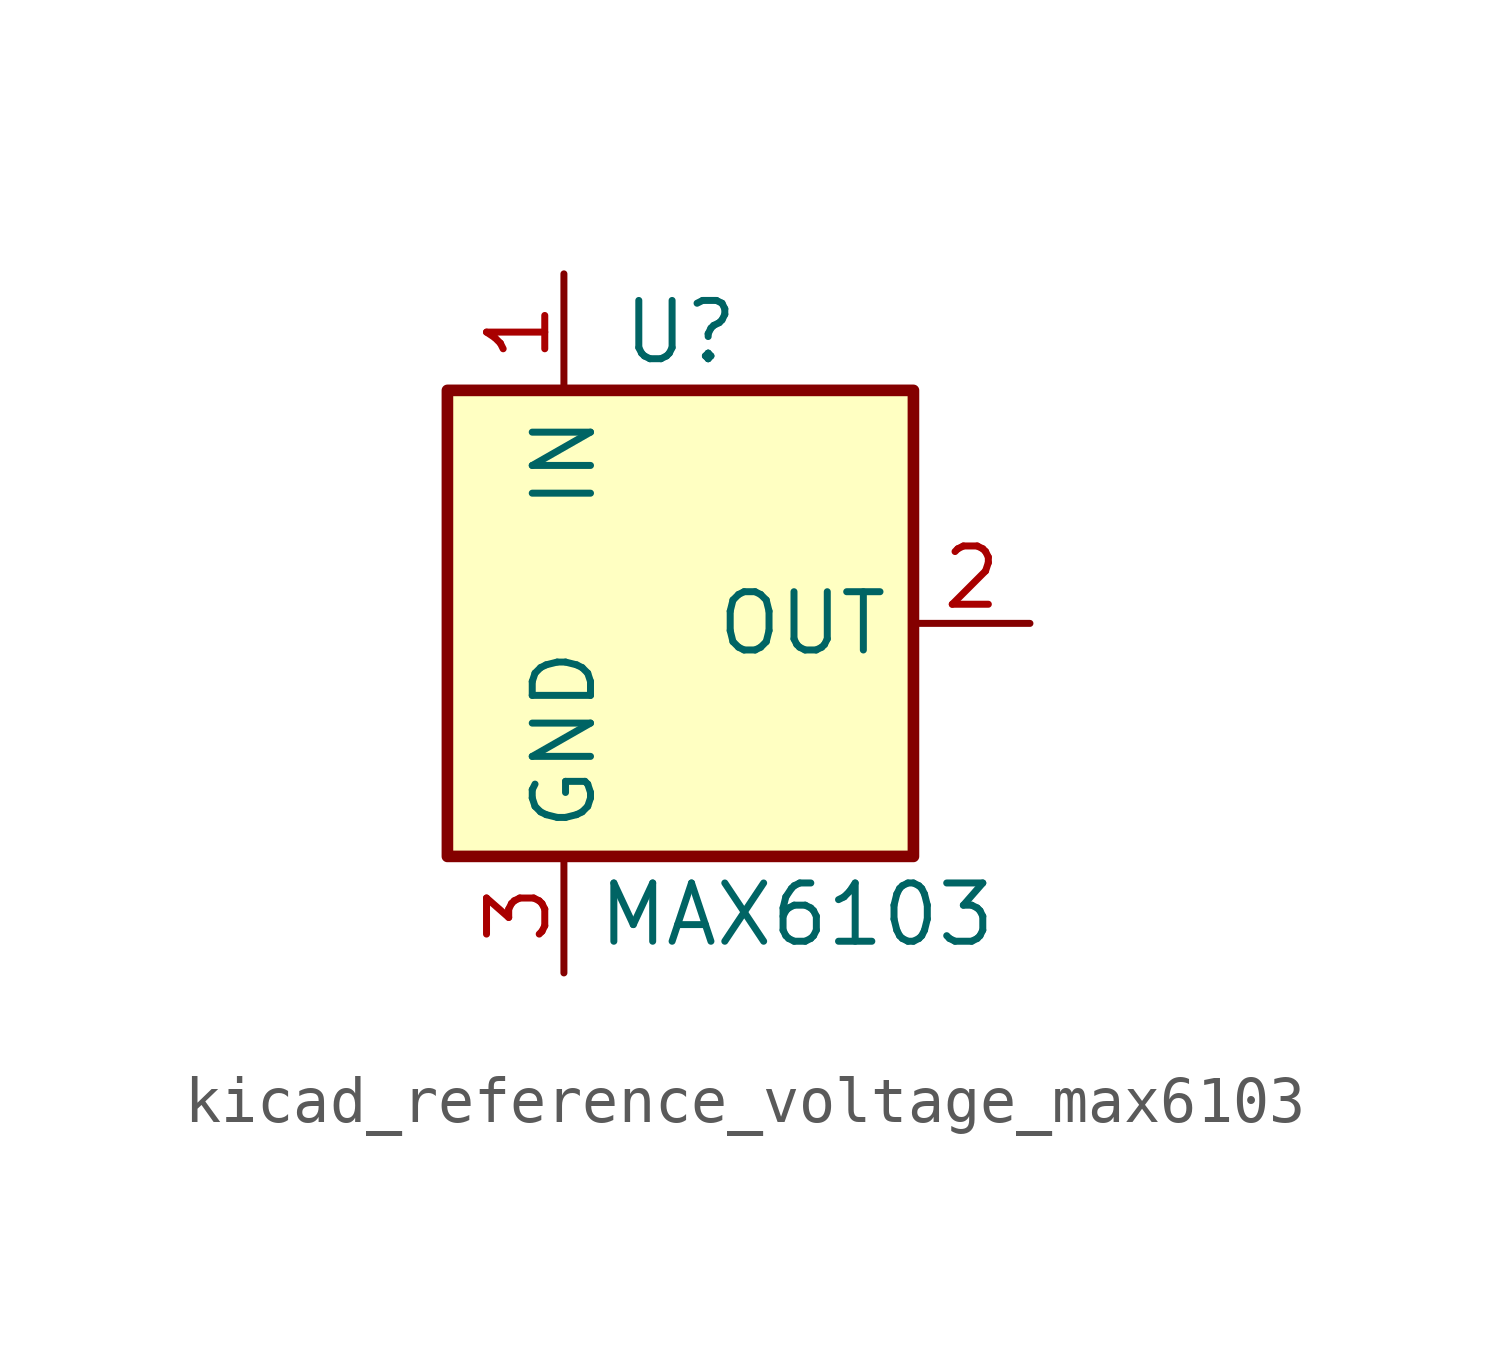
<source format=kicad_sym>
(kicad_symbol_lib
  (version 20220914)
  (generator kicad_symbol_editor)
  (symbol "kicad_reference_voltage_max6103"
    (property "Reference" "U"
      (at 0 6.35 0)
      (effects (font (size 1.27 1.27))))
    (property "Value" "MAX6103"
      (at 2.54 -6.35 0)
      (effects (font (size 1.27 1.27))))
    (symbol "kicad_reference_voltage_max6103_0_1"
      (rectangle (start -5.08 5.08) (end 5.08 -5.08) (stroke (width 0.254) (type default)) (fill (type background))))
    (symbol "kicad_reference_voltage_max6103_1_1"
      (pin power_in line (at -2.54 7.62 270) (length 2.54) (name "IN" (effects (font (size 1.27 1.27)))) (number "1" (effects (font (size 1.27 1.27)))))
      (pin power_out line (at 7.62 0 180) (length 2.54) (name "OUT" (effects (font (size 1.27 1.27)))) (number "2" (effects (font (size 1.27 1.27)))))
      (pin power_in line (at -2.54 -7.62 90) (length 2.54) (name "GND" (effects (font (size 1.27 1.27)))) (number "3" (effects (font (size 1.27 1.27))))))))
</source>
